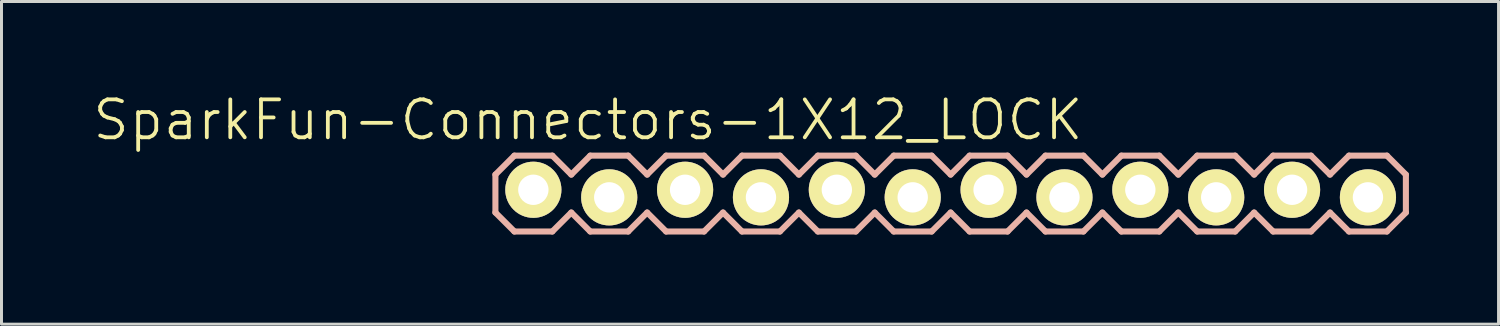
<source format=kicad_pcb>
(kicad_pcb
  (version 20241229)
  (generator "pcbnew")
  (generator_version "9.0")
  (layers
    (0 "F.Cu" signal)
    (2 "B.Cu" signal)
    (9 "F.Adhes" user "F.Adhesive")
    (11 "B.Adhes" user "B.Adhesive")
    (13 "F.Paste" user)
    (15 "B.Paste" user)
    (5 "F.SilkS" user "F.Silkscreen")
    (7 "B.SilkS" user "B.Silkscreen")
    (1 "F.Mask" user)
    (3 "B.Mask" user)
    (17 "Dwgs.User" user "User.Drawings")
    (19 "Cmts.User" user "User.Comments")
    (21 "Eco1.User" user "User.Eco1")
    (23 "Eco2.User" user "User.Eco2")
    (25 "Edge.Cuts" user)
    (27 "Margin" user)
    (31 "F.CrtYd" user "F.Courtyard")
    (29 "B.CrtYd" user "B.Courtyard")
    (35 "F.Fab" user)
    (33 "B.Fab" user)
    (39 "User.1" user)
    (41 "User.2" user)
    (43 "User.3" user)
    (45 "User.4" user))
  (footprint "SparkFun-Connectors-1X12_LOCK"
    (layer "F.Cu")
    (at 14.805 3.43)
    (property "Reference" "SparkFun-Connectors-1X12_LOCK" (at 1.829 -2.464 0) (layer "F.SilkS") (effects (font (size 1.27 1.27) (thickness 0.127))))
    (attr exclude_from_pos_files exclude_from_bom)
    (fp_line (start -0.254 -0.254) (end 0.254 -0.254) (stroke (width 0.066) (type solid)) (layer "F.SilkS"))
    (fp_line (start -0.254 0.254) (end -0.254 -0.254) (stroke (width 0.066) (type solid)) (layer "F.SilkS"))
    (fp_line (start -0.254 0.254) (end 0.254 0.254) (stroke (width 0.066) (type solid)) (layer "F.SilkS"))
    (fp_line (start 0.254 0.254) (end 0.254 -0.254) (stroke (width 0.066) (type solid)) (layer "F.SilkS"))
    (fp_line (start 2.286 -0.254) (end 2.794 -0.254) (stroke (width 0.066) (type solid)) (layer "F.SilkS"))
    (fp_line (start 2.286 0.254) (end 2.286 -0.254) (stroke (width 0.066) (type solid)) (layer "F.SilkS"))
    (fp_line (start 2.286 0.254) (end 2.794 0.254) (stroke (width 0.066) (type solid)) (layer "F.SilkS"))
    (fp_line (start 2.794 0.254) (end 2.794 -0.254) (stroke (width 0.066) (type solid)) (layer "F.SilkS"))
    (fp_line (start 4.826 -0.254) (end 5.334 -0.254) (stroke (width 0.066) (type solid)) (layer "F.SilkS"))
    (fp_line (start 4.826 0.254) (end 4.826 -0.254) (stroke (width 0.066) (type solid)) (layer "F.SilkS"))
    (fp_line (start 4.826 0.254) (end 5.334 0.254) (stroke (width 0.066) (type solid)) (layer "F.SilkS"))
    (fp_line (start 5.334 0.254) (end 5.334 -0.254) (stroke (width 0.066) (type solid)) (layer "F.SilkS"))
    (fp_line (start 7.366 -0.254) (end 7.874 -0.254) (stroke (width 0.066) (type solid)) (layer "F.SilkS"))
    (fp_line (start 7.366 0.254) (end 7.366 -0.254) (stroke (width 0.066) (type solid)) (layer "F.SilkS"))
    (fp_line (start 7.366 0.254) (end 7.874 0.254) (stroke (width 0.066) (type solid)) (layer "F.SilkS"))
    (fp_line (start 7.874 0.254) (end 7.874 -0.254) (stroke (width 0.066) (type solid)) (layer "F.SilkS"))
    (fp_line (start 9.906 -0.254) (end 10.414 -0.254) (stroke (width 0.066) (type solid)) (layer "F.SilkS"))
    (fp_line (start 9.906 0.254) (end 9.906 -0.254) (stroke (width 0.066) (type solid)) (layer "F.SilkS"))
    (fp_line (start 9.906 0.254) (end 10.414 0.254) (stroke (width 0.066) (type solid)) (layer "F.SilkS"))
    (fp_line (start 10.414 0.254) (end 10.414 -0.254) (stroke (width 0.066) (type solid)) (layer "F.SilkS"))
    (fp_line (start 12.446 -0.254) (end 12.954 -0.254) (stroke (width 0.066) (type solid)) (layer "F.SilkS"))
    (fp_line (start 12.446 0.254) (end 12.446 -0.254) (stroke (width 0.066) (type solid)) (layer "F.SilkS"))
    (fp_line (start 12.446 0.254) (end 12.954 0.254) (stroke (width 0.066) (type solid)) (layer "F.SilkS"))
    (fp_line (start 12.954 0.254) (end 12.954 -0.254) (stroke (width 0.066) (type solid)) (layer "F.SilkS"))
    (fp_line (start 14.986 -0.254) (end 15.494 -0.254) (stroke (width 0.066) (type solid)) (layer "F.SilkS"))
    (fp_line (start 14.986 0.254) (end 14.986 -0.254) (stroke (width 0.066) (type solid)) (layer "F.SilkS"))
    (fp_line (start 14.986 0.254) (end 15.494 0.254) (stroke (width 0.066) (type solid)) (layer "F.SilkS"))
    (fp_line (start 15.494 0.254) (end 15.494 -0.254) (stroke (width 0.066) (type solid)) (layer "F.SilkS"))
    (fp_line (start 17.523 -0.254) (end 18.034 -0.254) (stroke (width 0.066) (type solid)) (layer "F.SilkS"))
    (fp_line (start 17.523 0.254) (end 17.523 -0.254) (stroke (width 0.066) (type solid)) (layer "F.SilkS"))
    (fp_line (start 17.523 0.254) (end 18.034 0.254) (stroke (width 0.066) (type solid)) (layer "F.SilkS"))
    (fp_line (start 18.034 0.254) (end 18.034 -0.254) (stroke (width 0.066) (type solid)) (layer "F.SilkS"))
    (fp_line (start 20.066 -0.254) (end 20.574 -0.254) (stroke (width 0.066) (type solid)) (layer "F.SilkS"))
    (fp_line (start 20.066 0.254) (end 20.066 -0.254) (stroke (width 0.066) (type solid)) (layer "F.SilkS"))
    (fp_line (start 20.066 0.254) (end 20.574 0.254) (stroke (width 0.066) (type solid)) (layer "F.SilkS"))
    (fp_line (start 20.574 0.254) (end 20.574 -0.254) (stroke (width 0.066) (type solid)) (layer "F.SilkS"))
    (fp_line (start 22.606 -0.254) (end 23.114 -0.254) (stroke (width 0.066) (type solid)) (layer "F.SilkS"))
    (fp_line (start 22.606 0.254) (end 22.606 -0.254) (stroke (width 0.066) (type solid)) (layer "F.SilkS"))
    (fp_line (start 22.606 0.254) (end 23.114 0.254) (stroke (width 0.066) (type solid)) (layer "F.SilkS"))
    (fp_line (start 23.114 0.254) (end 23.114 -0.254) (stroke (width 0.066) (type solid)) (layer "F.SilkS"))
    (fp_line (start 25.146 -0.254) (end 25.654 -0.254) (stroke (width 0.066) (type solid)) (layer "F.SilkS"))
    (fp_line (start 25.146 0.254) (end 25.146 -0.254) (stroke (width 0.066) (type solid)) (layer "F.SilkS"))
    (fp_line (start 25.146 0.254) (end 25.654 0.254) (stroke (width 0.066) (type solid)) (layer "F.SilkS"))
    (fp_line (start 25.654 0.254) (end 25.654 -0.254) (stroke (width 0.066) (type solid)) (layer "F.SilkS"))
    (fp_line (start 27.686 -0.254) (end 28.194 -0.254) (stroke (width 0.066) (type solid)) (layer "F.SilkS"))
    (fp_line (start 27.686 0.254) (end 27.686 -0.254) (stroke (width 0.066) (type solid)) (layer "F.SilkS"))
    (fp_line (start 27.686 0.254) (end 28.194 0.254) (stroke (width 0.066) (type solid)) (layer "F.SilkS"))
    (fp_line (start 28.194 0.254) (end 28.194 -0.254) (stroke (width 0.066) (type solid)) (layer "F.SilkS"))
    (fp_line (start -1.27 -0.635) (end -1.27 0.635) (stroke (width 0.203) (type solid)) (layer "B.SilkS"))
    (fp_line (start -1.27 0.635) (end -0.635 1.27) (stroke (width 0.203) (type solid)) (layer "B.SilkS"))
    (fp_line (start -0.635 -1.27) (end -1.27 -0.635) (stroke (width 0.203) (type solid)) (layer "B.SilkS"))
    (fp_line (start -0.635 -1.27) (end 0.635 -1.27) (stroke (width 0.203) (type solid)) (layer "B.SilkS"))
    (fp_line (start 0.635 -1.27) (end 1.27 -0.635) (stroke (width 0.203) (type solid)) (layer "B.SilkS"))
    (fp_line (start 0.635 1.27) (end -0.635 1.27) (stroke (width 0.203) (type solid)) (layer "B.SilkS"))
    (fp_line (start 1.27 -0.635) (end 1.905 -1.27) (stroke (width 0.203) (type solid)) (layer "B.SilkS"))
    (fp_line (start 1.27 0.635) (end 0.635 1.27) (stroke (width 0.203) (type solid)) (layer "B.SilkS"))
    (fp_line (start 1.905 -1.27) (end 3.175 -1.27) (stroke (width 0.203) (type solid)) (layer "B.SilkS"))
    (fp_line (start 1.905 1.27) (end 1.27 0.635) (stroke (width 0.203) (type solid)) (layer "B.SilkS"))
    (fp_line (start 3.175 -1.27) (end 3.81 -0.635) (stroke (width 0.203) (type solid)) (layer "B.SilkS"))
    (fp_line (start 3.175 1.27) (end 1.905 1.27) (stroke (width 0.203) (type solid)) (layer "B.SilkS"))
    (fp_line (start 3.81 -0.635) (end 4.445 -1.27) (stroke (width 0.203) (type solid)) (layer "B.SilkS"))
    (fp_line (start 3.81 0.635) (end 3.175 1.27) (stroke (width 0.203) (type solid)) (layer "B.SilkS"))
    (fp_line (start 4.445 -1.27) (end 5.715 -1.27) (stroke (width 0.203) (type solid)) (layer "B.SilkS"))
    (fp_line (start 4.445 1.27) (end 3.81 0.635) (stroke (width 0.203) (type solid)) (layer "B.SilkS"))
    (fp_line (start 5.715 -1.27) (end 6.35 -0.635) (stroke (width 0.203) (type solid)) (layer "B.SilkS"))
    (fp_line (start 5.715 1.27) (end 4.445 1.27) (stroke (width 0.203) (type solid)) (layer "B.SilkS"))
    (fp_line (start 6.35 0.635) (end 5.715 1.27) (stroke (width 0.203) (type solid)) (layer "B.SilkS"))
    (fp_line (start 6.35 0.635) (end 6.985 1.27) (stroke (width 0.203) (type solid)) (layer "B.SilkS"))
    (fp_line (start 6.985 -1.27) (end 6.35 -0.635) (stroke (width 0.203) (type solid)) (layer "B.SilkS"))
    (fp_line (start 6.985 -1.27) (end 8.255 -1.27) (stroke (width 0.203) (type solid)) (layer "B.SilkS"))
    (fp_line (start 8.255 -1.27) (end 8.89 -0.635) (stroke (width 0.203) (type solid)) (layer "B.SilkS"))
    (fp_line (start 8.255 1.27) (end 6.985 1.27) (stroke (width 0.203) (type solid)) (layer "B.SilkS"))
    (fp_line (start 8.89 -0.635) (end 9.525 -1.27) (stroke (width 0.203) (type solid)) (layer "B.SilkS"))
    (fp_line (start 8.89 0.635) (end 8.255 1.27) (stroke (width 0.203) (type solid)) (layer "B.SilkS"))
    (fp_line (start 9.525 -1.27) (end 10.795 -1.27) (stroke (width 0.203) (type solid)) (layer "B.SilkS"))
    (fp_line (start 9.525 1.27) (end 8.89 0.635) (stroke (width 0.203) (type solid)) (layer "B.SilkS"))
    (fp_line (start 10.795 -1.27) (end 11.43 -0.635) (stroke (width 0.203) (type solid)) (layer "B.SilkS"))
    (fp_line (start 10.795 1.27) (end 9.525 1.27) (stroke (width 0.203) (type solid)) (layer "B.SilkS"))
    (fp_line (start 11.43 -0.635) (end 12.065 -1.27) (stroke (width 0.203) (type solid)) (layer "B.SilkS"))
    (fp_line (start 11.43 0.635) (end 10.795 1.27) (stroke (width 0.203) (type solid)) (layer "B.SilkS"))
    (fp_line (start 12.065 -1.27) (end 13.335 -1.27) (stroke (width 0.203) (type solid)) (layer "B.SilkS"))
    (fp_line (start 12.065 1.27) (end 11.43 0.635) (stroke (width 0.203) (type solid)) (layer "B.SilkS"))
    (fp_line (start 13.335 -1.27) (end 13.97 -0.635) (stroke (width 0.203) (type solid)) (layer "B.SilkS"))
    (fp_line (start 13.335 1.27) (end 12.065 1.27) (stroke (width 0.203) (type solid)) (layer "B.SilkS"))
    (fp_line (start 13.97 0.635) (end 13.335 1.27) (stroke (width 0.203) (type solid)) (layer "B.SilkS"))
    (fp_line (start 13.97 0.635) (end 14.605 1.27) (stroke (width 0.203) (type solid)) (layer "B.SilkS"))
    (fp_line (start 14.605 -1.27) (end 13.97 -0.635) (stroke (width 0.203) (type solid)) (layer "B.SilkS"))
    (fp_line (start 14.605 -1.27) (end 15.875 -1.27) (stroke (width 0.203) (type solid)) (layer "B.SilkS"))
    (fp_line (start 15.875 -1.27) (end 16.51 -0.635) (stroke (width 0.203) (type solid)) (layer "B.SilkS"))
    (fp_line (start 15.875 1.27) (end 14.605 1.27) (stroke (width 0.203) (type solid)) (layer "B.SilkS"))
    (fp_line (start 16.51 0.635) (end 15.875 1.27) (stroke (width 0.203) (type solid)) (layer "B.SilkS"))
    (fp_line (start 16.51 0.635) (end 17.145 1.27) (stroke (width 0.203) (type solid)) (layer "B.SilkS"))
    (fp_line (start 17.145 -1.27) (end 16.51 -0.635) (stroke (width 0.203) (type solid)) (layer "B.SilkS"))
    (fp_line (start 17.145 -1.27) (end 18.415 -1.27) (stroke (width 0.203) (type solid)) (layer "B.SilkS"))
    (fp_line (start 18.415 -1.27) (end 19.05 -0.635) (stroke (width 0.203) (type solid)) (layer "B.SilkS"))
    (fp_line (start 18.415 1.27) (end 17.145 1.27) (stroke (width 0.203) (type solid)) (layer "B.SilkS"))
    (fp_line (start 19.05 0.635) (end 18.415 1.27) (stroke (width 0.203) (type solid)) (layer "B.SilkS"))
    (fp_line (start 19.05 0.635) (end 19.685 1.27) (stroke (width 0.203) (type solid)) (layer "B.SilkS"))
    (fp_line (start 19.685 -1.27) (end 19.05 -0.635) (stroke (width 0.203) (type solid)) (layer "B.SilkS"))
    (fp_line (start 19.685 -1.27) (end 20.955 -1.27) (stroke (width 0.203) (type solid)) (layer "B.SilkS"))
    (fp_line (start 20.955 -1.27) (end 21.59 -0.635) (stroke (width 0.203) (type solid)) (layer "B.SilkS"))
    (fp_line (start 20.955 1.27) (end 19.685 1.27) (stroke (width 0.203) (type solid)) (layer "B.SilkS"))
    (fp_line (start 21.59 0.635) (end 20.955 1.27) (stroke (width 0.203) (type solid)) (layer "B.SilkS"))
    (fp_line (start 21.59 0.635) (end 22.225 1.27) (stroke (width 0.203) (type solid)) (layer "B.SilkS"))
    (fp_line (start 22.225 -1.27) (end 21.59 -0.635) (stroke (width 0.203) (type solid)) (layer "B.SilkS"))
    (fp_line (start 22.225 -1.27) (end 23.495 -1.27) (stroke (width 0.203) (type solid)) (layer "B.SilkS"))
    (fp_line (start 23.495 -1.27) (end 24.13 -0.635) (stroke (width 0.203) (type solid)) (layer "B.SilkS"))
    (fp_line (start 23.495 1.27) (end 22.225 1.27) (stroke (width 0.203) (type solid)) (layer "B.SilkS"))
    (fp_line (start 24.13 0.635) (end 23.495 1.27) (stroke (width 0.203) (type solid)) (layer "B.SilkS"))
    (fp_line (start 24.13 0.635) (end 24.765 1.27) (stroke (width 0.203) (type solid)) (layer "B.SilkS"))
    (fp_line (start 24.765 -1.27) (end 24.13 -0.635) (stroke (width 0.203) (type solid)) (layer "B.SilkS"))
    (fp_line (start 24.765 -1.27) (end 26.035 -1.27) (stroke (width 0.203) (type solid)) (layer "B.SilkS"))
    (fp_line (start 26.035 -1.27) (end 26.67 -0.635) (stroke (width 0.203) (type solid)) (layer "B.SilkS"))
    (fp_line (start 26.035 1.27) (end 24.765 1.27) (stroke (width 0.203) (type solid)) (layer "B.SilkS"))
    (fp_line (start 26.67 0.635) (end 26.035 1.27) (stroke (width 0.203) (type solid)) (layer "B.SilkS"))
    (fp_line (start 26.67 0.635) (end 27.305 1.27) (stroke (width 0.203) (type solid)) (layer "B.SilkS"))
    (fp_line (start 27.305 -1.27) (end 26.67 -0.635) (stroke (width 0.203) (type solid)) (layer "B.SilkS"))
    (fp_line (start 27.305 -1.27) (end 28.575 -1.27) (stroke (width 0.203) (type solid)) (layer "B.SilkS"))
    (fp_line (start 28.575 -1.27) (end 29.21 -0.635) (stroke (width 0.203) (type solid)) (layer "B.SilkS"))
    (fp_line (start 28.575 1.27) (end 27.305 1.27) (stroke (width 0.203) (type solid)) (layer "B.SilkS"))
    (fp_line (start 29.21 -0.635) (end 29.21 0.635) (stroke (width 0.203) (type solid)) (layer "B.SilkS"))
    (fp_line (start 29.21 0.635) (end 28.575 1.27) (stroke (width 0.203) (type solid)) (layer "B.SilkS"))
    (pad "1" thru_hole circle (at 0 -0.127) (size 1.88 1.88) (drill 1.016) (layers "*.Cu" "F.Mask" "F.SilkS" "F.Paste"))
    (pad "2" thru_hole circle (at 2.54 0.127) (size 1.88 1.88) (drill 1.016) (layers "*.Cu" "F.Mask" "F.SilkS" "F.Paste"))
    (pad "3" thru_hole circle (at 5.08 -0.127) (size 1.88 1.88) (drill 1.016) (layers "*.Cu" "F.Mask" "F.SilkS" "F.Paste"))
    (pad "4" thru_hole circle (at 7.62 0.127) (size 1.88 1.88) (drill 1.016) (layers "*.Cu" "F.Mask" "F.SilkS" "F.Paste"))
    (pad "5" thru_hole circle (at 10.16 -0.127) (size 1.88 1.88) (drill 1.016) (layers "*.Cu" "F.Mask" "F.SilkS" "F.Paste"))
    (pad "6" thru_hole circle (at 12.7 0.127) (size 1.88 1.88) (drill 1.016) (layers "*.Cu" "F.Mask" "F.SilkS" "F.Paste"))
    (pad "7" thru_hole circle (at 15.24 -0.127) (size 1.88 1.88) (drill 1.016) (layers "*.Cu" "F.Mask" "F.SilkS" "F.Paste"))
    (pad "8" thru_hole circle (at 17.78 0.127) (size 1.88 1.88) (drill 1.016) (layers "*.Cu" "F.Mask" "F.SilkS" "F.Paste"))
    (pad "9" thru_hole circle (at 20.32 -0.127) (size 1.88 1.88) (drill 1.016) (layers "*.Cu" "F.Mask" "F.SilkS" "F.Paste"))
    (pad "10" thru_hole circle (at 22.86 0.127) (size 1.88 1.88) (drill 1.016) (layers "*.Cu" "F.Mask" "F.SilkS" "F.Paste"))
    (pad "11" thru_hole circle (at 25.4 -0.127) (size 1.88 1.88) (drill 1.016) (layers "*.Cu" "F.Mask" "F.SilkS" "F.Paste"))
    (pad "12" thru_hole circle (at 27.94 0.127) (size 1.88 1.88) (drill 1.016) (layers "*.Cu" "F.Mask" "F.SilkS" "F.Paste")))
  (gr_rect
    (start -3 -3)
    (end 47.117 7.801)
    (stroke (width 0.1) (type default))
    (fill no)
    (layer "Edge.Cuts")))
</source>
